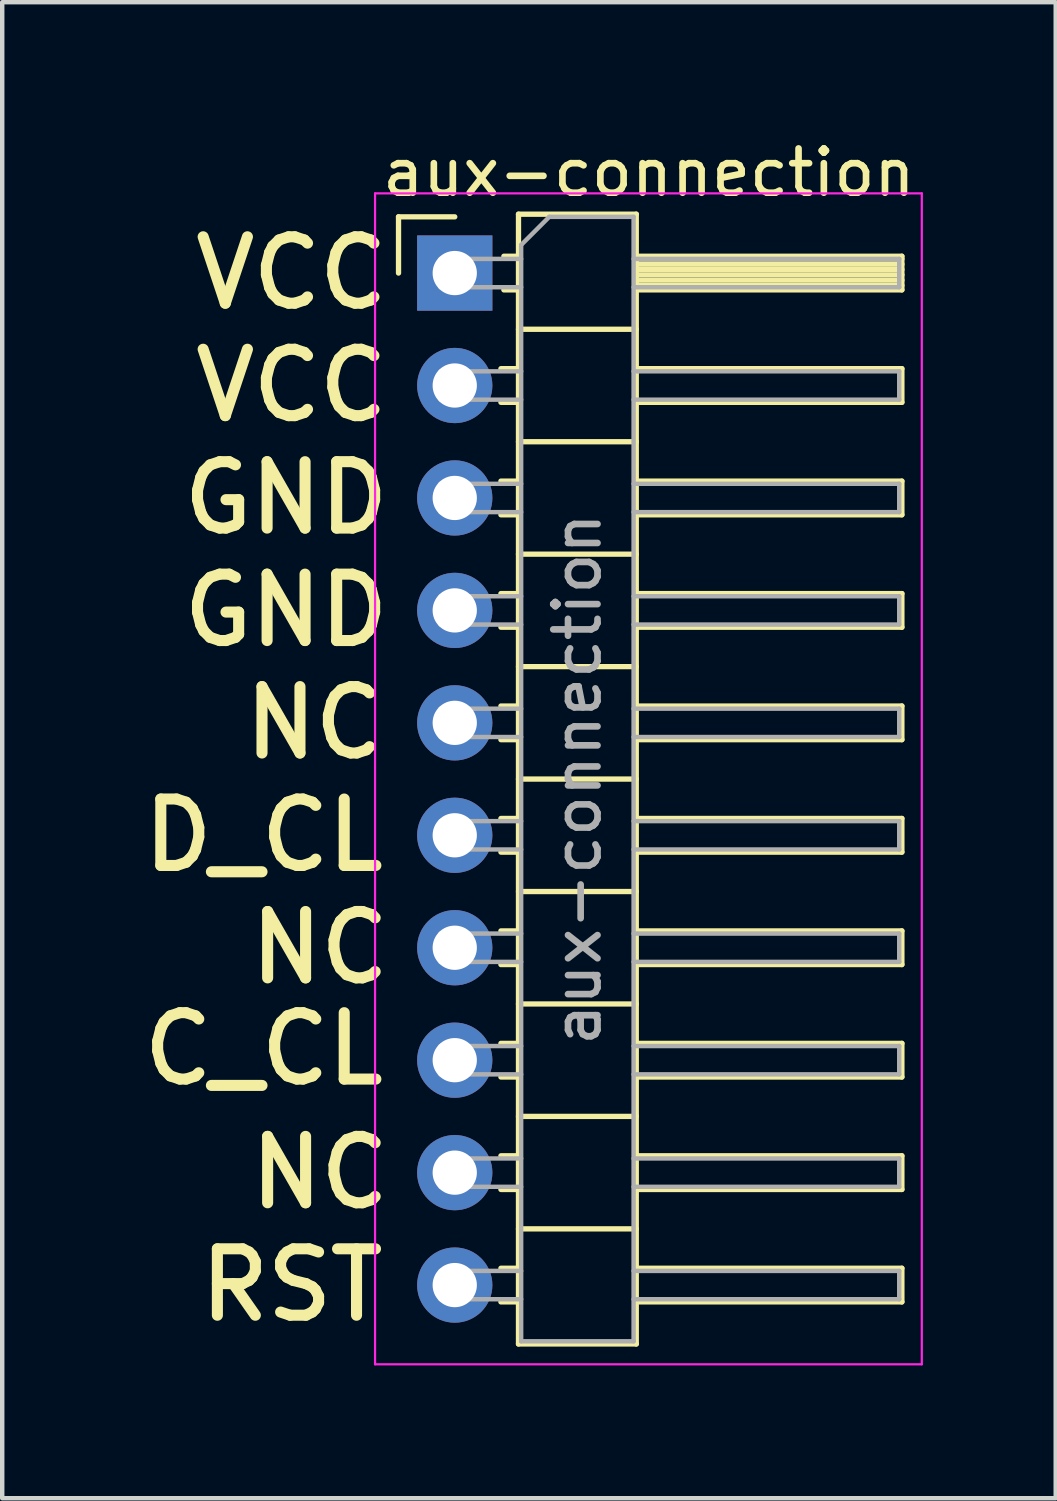
<source format=kicad_pcb>
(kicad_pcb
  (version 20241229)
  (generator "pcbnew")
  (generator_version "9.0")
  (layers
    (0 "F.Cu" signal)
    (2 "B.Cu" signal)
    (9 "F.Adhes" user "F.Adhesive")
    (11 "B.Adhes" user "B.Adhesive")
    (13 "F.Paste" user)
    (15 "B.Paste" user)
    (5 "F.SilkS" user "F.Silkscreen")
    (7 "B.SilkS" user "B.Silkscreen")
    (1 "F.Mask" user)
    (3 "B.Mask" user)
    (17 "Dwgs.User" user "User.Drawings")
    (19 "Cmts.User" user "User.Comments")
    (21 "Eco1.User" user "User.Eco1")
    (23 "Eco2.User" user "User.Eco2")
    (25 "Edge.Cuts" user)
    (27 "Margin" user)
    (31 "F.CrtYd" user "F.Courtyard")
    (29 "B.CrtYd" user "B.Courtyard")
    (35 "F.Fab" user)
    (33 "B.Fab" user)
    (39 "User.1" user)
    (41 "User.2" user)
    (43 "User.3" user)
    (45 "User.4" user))
  (footprint "aux-connection"
    (layer "F.Cu")
    (at 7.222 3.118)
    (property "Reference" "aux-connection" (at 4.385 -2.27 0) (layer "F.SilkS") (effects (font (size 1 1) (thickness 0.15))))
    (attr through_hole)
    (fp_line (start -1.27 -1.27) (end 0 -1.27) (stroke (width 0.12) (type solid)) (layer "F.SilkS"))
    (fp_line (start -1.27 0) (end -1.27 -1.27) (stroke (width 0.12) (type solid)) (layer "F.SilkS"))
    (fp_line (start 1.043 2.16) (end 1.44 2.16) (stroke (width 0.12) (type solid)) (layer "F.SilkS"))
    (fp_line (start 1.043 2.92) (end 1.44 2.92) (stroke (width 0.12) (type solid)) (layer "F.SilkS"))
    (fp_line (start 1.043 4.7) (end 1.44 4.7) (stroke (width 0.12) (type solid)) (layer "F.SilkS"))
    (fp_line (start 1.043 5.46) (end 1.44 5.46) (stroke (width 0.12) (type solid)) (layer "F.SilkS"))
    (fp_line (start 1.043 7.24) (end 1.44 7.24) (stroke (width 0.12) (type solid)) (layer "F.SilkS"))
    (fp_line (start 1.043 8) (end 1.44 8) (stroke (width 0.12) (type solid)) (layer "F.SilkS"))
    (fp_line (start 1.043 9.78) (end 1.44 9.78) (stroke (width 0.12) (type solid)) (layer "F.SilkS"))
    (fp_line (start 1.043 10.54) (end 1.44 10.54) (stroke (width 0.12) (type solid)) (layer "F.SilkS"))
    (fp_line (start 1.043 12.32) (end 1.44 12.32) (stroke (width 0.12) (type solid)) (layer "F.SilkS"))
    (fp_line (start 1.043 13.08) (end 1.44 13.08) (stroke (width 0.12) (type solid)) (layer "F.SilkS"))
    (fp_line (start 1.043 14.86) (end 1.44 14.86) (stroke (width 0.12) (type solid)) (layer "F.SilkS"))
    (fp_line (start 1.043 15.62) (end 1.44 15.62) (stroke (width 0.12) (type solid)) (layer "F.SilkS"))
    (fp_line (start 1.043 17.4) (end 1.44 17.4) (stroke (width 0.12) (type solid)) (layer "F.SilkS"))
    (fp_line (start 1.043 18.16) (end 1.44 18.16) (stroke (width 0.12) (type solid)) (layer "F.SilkS"))
    (fp_line (start 1.043 19.94) (end 1.44 19.94) (stroke (width 0.12) (type solid)) (layer "F.SilkS"))
    (fp_line (start 1.043 20.7) (end 1.44 20.7) (stroke (width 0.12) (type solid)) (layer "F.SilkS"))
    (fp_line (start 1.043 22.48) (end 1.44 22.48) (stroke (width 0.12) (type solid)) (layer "F.SilkS"))
    (fp_line (start 1.043 23.24) (end 1.44 23.24) (stroke (width 0.12) (type solid)) (layer "F.SilkS"))
    (fp_line (start 1.11 -0.38) (end 1.44 -0.38) (stroke (width 0.12) (type solid)) (layer "F.SilkS"))
    (fp_line (start 1.11 0.38) (end 1.44 0.38) (stroke (width 0.12) (type solid)) (layer "F.SilkS"))
    (fp_line (start 1.44 -1.33) (end 1.44 24.19) (stroke (width 0.12) (type solid)) (layer "F.SilkS"))
    (fp_line (start 1.44 1.27) (end 4.1 1.27) (stroke (width 0.12) (type solid)) (layer "F.SilkS"))
    (fp_line (start 1.44 3.81) (end 4.1 3.81) (stroke (width 0.12) (type solid)) (layer "F.SilkS"))
    (fp_line (start 1.44 6.35) (end 4.1 6.35) (stroke (width 0.12) (type solid)) (layer "F.SilkS"))
    (fp_line (start 1.44 8.89) (end 4.1 8.89) (stroke (width 0.12) (type solid)) (layer "F.SilkS"))
    (fp_line (start 1.44 11.43) (end 4.1 11.43) (stroke (width 0.12) (type solid)) (layer "F.SilkS"))
    (fp_line (start 1.44 13.97) (end 4.1 13.97) (stroke (width 0.12) (type solid)) (layer "F.SilkS"))
    (fp_line (start 1.44 16.51) (end 4.1 16.51) (stroke (width 0.12) (type solid)) (layer "F.SilkS"))
    (fp_line (start 1.44 19.05) (end 4.1 19.05) (stroke (width 0.12) (type solid)) (layer "F.SilkS"))
    (fp_line (start 1.44 21.59) (end 4.1 21.59) (stroke (width 0.12) (type solid)) (layer "F.SilkS"))
    (fp_line (start 1.44 24.19) (end 4.1 24.19) (stroke (width 0.12) (type solid)) (layer "F.SilkS"))
    (fp_line (start 4.1 -1.33) (end 1.44 -1.33) (stroke (width 0.12) (type solid)) (layer "F.SilkS"))
    (fp_line (start 4.1 -0.38) (end 10.1 -0.38) (stroke (width 0.12) (type solid)) (layer "F.SilkS"))
    (fp_line (start 4.1 -0.32) (end 10.1 -0.32) (stroke (width 0.12) (type solid)) (layer "F.SilkS"))
    (fp_line (start 4.1 -0.2) (end 10.1 -0.2) (stroke (width 0.12) (type solid)) (layer "F.SilkS"))
    (fp_line (start 4.1 -0.08) (end 10.1 -0.08) (stroke (width 0.12) (type solid)) (layer "F.SilkS"))
    (fp_line (start 4.1 0.04) (end 10.1 0.04) (stroke (width 0.12) (type solid)) (layer "F.SilkS"))
    (fp_line (start 4.1 0.16) (end 10.1 0.16) (stroke (width 0.12) (type solid)) (layer "F.SilkS"))
    (fp_line (start 4.1 0.28) (end 10.1 0.28) (stroke (width 0.12) (type solid)) (layer "F.SilkS"))
    (fp_line (start 4.1 2.16) (end 10.1 2.16) (stroke (width 0.12) (type solid)) (layer "F.SilkS"))
    (fp_line (start 4.1 4.7) (end 10.1 4.7) (stroke (width 0.12) (type solid)) (layer "F.SilkS"))
    (fp_line (start 4.1 7.24) (end 10.1 7.24) (stroke (width 0.12) (type solid)) (layer "F.SilkS"))
    (fp_line (start 4.1 9.78) (end 10.1 9.78) (stroke (width 0.12) (type solid)) (layer "F.SilkS"))
    (fp_line (start 4.1 12.32) (end 10.1 12.32) (stroke (width 0.12) (type solid)) (layer "F.SilkS"))
    (fp_line (start 4.1 14.86) (end 10.1 14.86) (stroke (width 0.12) (type solid)) (layer "F.SilkS"))
    (fp_line (start 4.1 17.4) (end 10.1 17.4) (stroke (width 0.12) (type solid)) (layer "F.SilkS"))
    (fp_line (start 4.1 19.94) (end 10.1 19.94) (stroke (width 0.12) (type solid)) (layer "F.SilkS"))
    (fp_line (start 4.1 22.48) (end 10.1 22.48) (stroke (width 0.12) (type solid)) (layer "F.SilkS"))
    (fp_line (start 4.1 24.19) (end 4.1 -1.33) (stroke (width 0.12) (type solid)) (layer "F.SilkS"))
    (fp_line (start 10.1 -0.38) (end 10.1 0.38) (stroke (width 0.12) (type solid)) (layer "F.SilkS"))
    (fp_line (start 10.1 0.38) (end 4.1 0.38) (stroke (width 0.12) (type solid)) (layer "F.SilkS"))
    (fp_line (start 10.1 2.16) (end 10.1 2.92) (stroke (width 0.12) (type solid)) (layer "F.SilkS"))
    (fp_line (start 10.1 2.92) (end 4.1 2.92) (stroke (width 0.12) (type solid)) (layer "F.SilkS"))
    (fp_line (start 10.1 4.7) (end 10.1 5.46) (stroke (width 0.12) (type solid)) (layer "F.SilkS"))
    (fp_line (start 10.1 5.46) (end 4.1 5.46) (stroke (width 0.12) (type solid)) (layer "F.SilkS"))
    (fp_line (start 10.1 7.24) (end 10.1 8) (stroke (width 0.12) (type solid)) (layer "F.SilkS"))
    (fp_line (start 10.1 8) (end 4.1 8) (stroke (width 0.12) (type solid)) (layer "F.SilkS"))
    (fp_line (start 10.1 9.78) (end 10.1 10.54) (stroke (width 0.12) (type solid)) (layer "F.SilkS"))
    (fp_line (start 10.1 10.54) (end 4.1 10.54) (stroke (width 0.12) (type solid)) (layer "F.SilkS"))
    (fp_line (start 10.1 12.32) (end 10.1 13.08) (stroke (width 0.12) (type solid)) (layer "F.SilkS"))
    (fp_line (start 10.1 13.08) (end 4.1 13.08) (stroke (width 0.12) (type solid)) (layer "F.SilkS"))
    (fp_line (start 10.1 14.86) (end 10.1 15.62) (stroke (width 0.12) (type solid)) (layer "F.SilkS"))
    (fp_line (start 10.1 15.62) (end 4.1 15.62) (stroke (width 0.12) (type solid)) (layer "F.SilkS"))
    (fp_line (start 10.1 17.4) (end 10.1 18.16) (stroke (width 0.12) (type solid)) (layer "F.SilkS"))
    (fp_line (start 10.1 18.16) (end 4.1 18.16) (stroke (width 0.12) (type solid)) (layer "F.SilkS"))
    (fp_line (start 10.1 19.94) (end 10.1 20.7) (stroke (width 0.12) (type solid)) (layer "F.SilkS"))
    (fp_line (start 10.1 20.7) (end 4.1 20.7) (stroke (width 0.12) (type solid)) (layer "F.SilkS"))
    (fp_line (start 10.1 22.48) (end 10.1 23.24) (stroke (width 0.12) (type solid)) (layer "F.SilkS"))
    (fp_line (start 10.1 23.24) (end 4.1 23.24) (stroke (width 0.12) (type solid)) (layer "F.SilkS"))
    (fp_line (start -1.8 -1.8) (end -1.8 24.65) (stroke (width 0.05) (type solid)) (layer "F.CrtYd"))
    (fp_line (start -1.8 24.65) (end 10.55 24.65) (stroke (width 0.05) (type solid)) (layer "F.CrtYd"))
    (fp_line (start 10.55 -1.8) (end -1.8 -1.8) (stroke (width 0.05) (type solid)) (layer "F.CrtYd"))
    (fp_line (start 10.55 24.65) (end 10.55 -1.8) (stroke (width 0.05) (type solid)) (layer "F.CrtYd"))
    (fp_line (start -0.32 -0.32) (end -0.32 0.32) (stroke (width 0.1) (type solid)) (layer "F.Fab"))
    (fp_line (start -0.32 -0.32) (end 1.5 -0.32) (stroke (width 0.1) (type solid)) (layer "F.Fab"))
    (fp_line (start -0.32 0.32) (end 1.5 0.32) (stroke (width 0.1) (type solid)) (layer "F.Fab"))
    (fp_line (start -0.32 2.22) (end -0.32 2.86) (stroke (width 0.1) (type solid)) (layer "F.Fab"))
    (fp_line (start -0.32 2.22) (end 1.5 2.22) (stroke (width 0.1) (type solid)) (layer "F.Fab"))
    (fp_line (start -0.32 2.86) (end 1.5 2.86) (stroke (width 0.1) (type solid)) (layer "F.Fab"))
    (fp_line (start -0.32 4.76) (end -0.32 5.4) (stroke (width 0.1) (type solid)) (layer "F.Fab"))
    (fp_line (start -0.32 4.76) (end 1.5 4.76) (stroke (width 0.1) (type solid)) (layer "F.Fab"))
    (fp_line (start -0.32 5.4) (end 1.5 5.4) (stroke (width 0.1) (type solid)) (layer "F.Fab"))
    (fp_line (start -0.32 7.3) (end -0.32 7.94) (stroke (width 0.1) (type solid)) (layer "F.Fab"))
    (fp_line (start -0.32 7.3) (end 1.5 7.3) (stroke (width 0.1) (type solid)) (layer "F.Fab"))
    (fp_line (start -0.32 7.94) (end 1.5 7.94) (stroke (width 0.1) (type solid)) (layer "F.Fab"))
    (fp_line (start -0.32 9.84) (end -0.32 10.48) (stroke (width 0.1) (type solid)) (layer "F.Fab"))
    (fp_line (start -0.32 9.84) (end 1.5 9.84) (stroke (width 0.1) (type solid)) (layer "F.Fab"))
    (fp_line (start -0.32 10.48) (end 1.5 10.48) (stroke (width 0.1) (type solid)) (layer "F.Fab"))
    (fp_line (start -0.32 12.38) (end -0.32 13.02) (stroke (width 0.1) (type solid)) (layer "F.Fab"))
    (fp_line (start -0.32 12.38) (end 1.5 12.38) (stroke (width 0.1) (type solid)) (layer "F.Fab"))
    (fp_line (start -0.32 13.02) (end 1.5 13.02) (stroke (width 0.1) (type solid)) (layer "F.Fab"))
    (fp_line (start -0.32 14.92) (end -0.32 15.56) (stroke (width 0.1) (type solid)) (layer "F.Fab"))
    (fp_line (start -0.32 14.92) (end 1.5 14.92) (stroke (width 0.1) (type solid)) (layer "F.Fab"))
    (fp_line (start -0.32 15.56) (end 1.5 15.56) (stroke (width 0.1) (type solid)) (layer "F.Fab"))
    (fp_line (start -0.32 17.46) (end -0.32 18.1) (stroke (width 0.1) (type solid)) (layer "F.Fab"))
    (fp_line (start -0.32 17.46) (end 1.5 17.46) (stroke (width 0.1) (type solid)) (layer "F.Fab"))
    (fp_line (start -0.32 18.1) (end 1.5 18.1) (stroke (width 0.1) (type solid)) (layer "F.Fab"))
    (fp_line (start -0.32 20) (end -0.32 20.64) (stroke (width 0.1) (type solid)) (layer "F.Fab"))
    (fp_line (start -0.32 20) (end 1.5 20) (stroke (width 0.1) (type solid)) (layer "F.Fab"))
    (fp_line (start -0.32 20.64) (end 1.5 20.64) (stroke (width 0.1) (type solid)) (layer "F.Fab"))
    (fp_line (start -0.32 22.54) (end -0.32 23.18) (stroke (width 0.1) (type solid)) (layer "F.Fab"))
    (fp_line (start -0.32 22.54) (end 1.5 22.54) (stroke (width 0.1) (type solid)) (layer "F.Fab"))
    (fp_line (start -0.32 23.18) (end 1.5 23.18) (stroke (width 0.1) (type solid)) (layer "F.Fab"))
    (fp_line (start 1.5 -0.635) (end 2.135 -1.27) (stroke (width 0.1) (type solid)) (layer "F.Fab"))
    (fp_line (start 1.5 24.13) (end 1.5 -0.635) (stroke (width 0.1) (type solid)) (layer "F.Fab"))
    (fp_line (start 2.135 -1.27) (end 4.04 -1.27) (stroke (width 0.1) (type solid)) (layer "F.Fab"))
    (fp_line (start 4.04 -1.27) (end 4.04 24.13) (stroke (width 0.1) (type solid)) (layer "F.Fab"))
    (fp_line (start 4.04 -0.32) (end 10.04 -0.32) (stroke (width 0.1) (type solid)) (layer "F.Fab"))
    (fp_line (start 4.04 0.32) (end 10.04 0.32) (stroke (width 0.1) (type solid)) (layer "F.Fab"))
    (fp_line (start 4.04 2.22) (end 10.04 2.22) (stroke (width 0.1) (type solid)) (layer "F.Fab"))
    (fp_line (start 4.04 2.86) (end 10.04 2.86) (stroke (width 0.1) (type solid)) (layer "F.Fab"))
    (fp_line (start 4.04 4.76) (end 10.04 4.76) (stroke (width 0.1) (type solid)) (layer "F.Fab"))
    (fp_line (start 4.04 5.4) (end 10.04 5.4) (stroke (width 0.1) (type solid)) (layer "F.Fab"))
    (fp_line (start 4.04 7.3) (end 10.04 7.3) (stroke (width 0.1) (type solid)) (layer "F.Fab"))
    (fp_line (start 4.04 7.94) (end 10.04 7.94) (stroke (width 0.1) (type solid)) (layer "F.Fab"))
    (fp_line (start 4.04 9.84) (end 10.04 9.84) (stroke (width 0.1) (type solid)) (layer "F.Fab"))
    (fp_line (start 4.04 10.48) (end 10.04 10.48) (stroke (width 0.1) (type solid)) (layer "F.Fab"))
    (fp_line (start 4.04 12.38) (end 10.04 12.38) (stroke (width 0.1) (type solid)) (layer "F.Fab"))
    (fp_line (start 4.04 13.02) (end 10.04 13.02) (stroke (width 0.1) (type solid)) (layer "F.Fab"))
    (fp_line (start 4.04 14.92) (end 10.04 14.92) (stroke (width 0.1) (type solid)) (layer "F.Fab"))
    (fp_line (start 4.04 15.56) (end 10.04 15.56) (stroke (width 0.1) (type solid)) (layer "F.Fab"))
    (fp_line (start 4.04 17.46) (end 10.04 17.46) (stroke (width 0.1) (type solid)) (layer "F.Fab"))
    (fp_line (start 4.04 18.1) (end 10.04 18.1) (stroke (width 0.1) (type solid)) (layer "F.Fab"))
    (fp_line (start 4.04 20) (end 10.04 20) (stroke (width 0.1) (type solid)) (layer "F.Fab"))
    (fp_line (start 4.04 20.64) (end 10.04 20.64) (stroke (width 0.1) (type solid)) (layer "F.Fab"))
    (fp_line (start 4.04 22.54) (end 10.04 22.54) (stroke (width 0.1) (type solid)) (layer "F.Fab"))
    (fp_line (start 4.04 23.18) (end 10.04 23.18) (stroke (width 0.1) (type solid)) (layer "F.Fab"))
    (fp_line (start 4.04 24.13) (end 1.5 24.13) (stroke (width 0.1) (type solid)) (layer "F.Fab"))
    (fp_line (start 10.04 -0.32) (end 10.04 0.32) (stroke (width 0.1) (type solid)) (layer "F.Fab"))
    (fp_line (start 10.04 2.22) (end 10.04 2.86) (stroke (width 0.1) (type solid)) (layer "F.Fab"))
    (fp_line (start 10.04 4.76) (end 10.04 5.4) (stroke (width 0.1) (type solid)) (layer "F.Fab"))
    (fp_line (start 10.04 7.3) (end 10.04 7.94) (stroke (width 0.1) (type solid)) (layer "F.Fab"))
    (fp_line (start 10.04 9.84) (end 10.04 10.48) (stroke (width 0.1) (type solid)) (layer "F.Fab"))
    (fp_line (start 10.04 12.38) (end 10.04 13.02) (stroke (width 0.1) (type solid)) (layer "F.Fab"))
    (fp_line (start 10.04 14.92) (end 10.04 15.56) (stroke (width 0.1) (type solid)) (layer "F.Fab"))
    (fp_line (start 10.04 17.46) (end 10.04 18.1) (stroke (width 0.1) (type solid)) (layer "F.Fab"))
    (fp_line (start 10.04 20) (end 10.04 20.64) (stroke (width 0.1) (type solid)) (layer "F.Fab"))
    (fp_line (start 10.04 22.54) (end 10.04 23.18) (stroke (width 0.1) (type solid)) (layer "F.Fab"))
    (fp_text user "VCC" (at -3.683 2.54 0) (layer "F.SilkS") (effects (font (size 1.5 1.5) (thickness 0.25))))
    (fp_text user "VCC" (at -3.683 0 0) (layer "F.SilkS") (effects (font (size 1.5 1.5) (thickness 0.25))))
    (fp_text user "D_CL" (at -4.318 12.7 0) (layer "F.SilkS") (effects (font (size 1.5 1.5) (thickness 0.25))))
    (fp_text user "GND" (at -3.81 7.62 0) (layer "F.SilkS") (effects (font (size 1.5 1.5) (thickness 0.25))))
    (fp_text user "RST" (at -3.683 22.86 0) (layer "F.SilkS") (effects (font (size 1.5 1.5) (thickness 0.25))))
    (fp_text user "GND" (at -3.81 5.08 0) (layer "F.SilkS") (effects (font (size 1.5 1.5) (thickness 0.25))))
    (fp_text user "C_CL" (at -4.318 17.526 0) (layer "F.SilkS") (effects (font (size 1.5 1.5) (thickness 0.25))))
    (fp_text user "NC" (at -3.048 20.32 0) (layer "F.SilkS") (effects (font (size 1.5 1.5) (thickness 0.25))))
    (fp_text user "NC" (at -3.048 15.24 0) (layer "F.SilkS") (effects (font (size 1.5 1.5) (thickness 0.25))))
    (fp_text user "NC" (at -3.175 10.16 0) (layer "F.SilkS") (effects (font (size 1.5 1.5) (thickness 0.25))))
    (fp_text user "${REFERENCE}" (at 2.77 11.43 90) (layer "F.Fab") (effects (font (size 1 1) (thickness 0.15))))
    (pad "1" thru_hole rect (at 0 0) (size 1.7 1.7) (drill 1) (layers "*.Cu" "*.Mask"))
    (pad "2" thru_hole oval (at 0 2.54) (size 1.7 1.7) (drill 1) (layers "*.Cu" "*.Mask"))
    (pad "3" thru_hole oval (at 0 5.08) (size 1.7 1.7) (drill 1) (layers "*.Cu" "*.Mask"))
    (pad "4" thru_hole oval (at 0 7.62) (size 1.7 1.7) (drill 1) (layers "*.Cu" "*.Mask"))
    (pad "5" thru_hole oval (at 0 10.16) (size 1.7 1.7) (drill 1) (layers "*.Cu" "*.Mask"))
    (pad "6" thru_hole oval (at 0 12.7) (size 1.7 1.7) (drill 1) (layers "*.Cu" "*.Mask"))
    (pad "7" thru_hole oval (at 0 15.24) (size 1.7 1.7) (drill 1) (layers "*.Cu" "*.Mask"))
    (pad "8" thru_hole oval (at 0 17.78) (size 1.7 1.7) (drill 1) (layers "*.Cu" "*.Mask"))
    (pad "9" thru_hole oval (at 0 20.32) (size 1.7 1.7) (drill 1) (layers "*.Cu" "*.Mask"))
    (pad "10" thru_hole oval (at 0 22.86) (size 1.7 1.7) (drill 1) (layers "*.Cu" "*.Mask")))
  (gr_rect
    (start -3 -3)
    (end 20.797 30.793)
    (stroke (width 0.1) (type default))
    (fill no)
    (layer "Edge.Cuts")))
</source>
